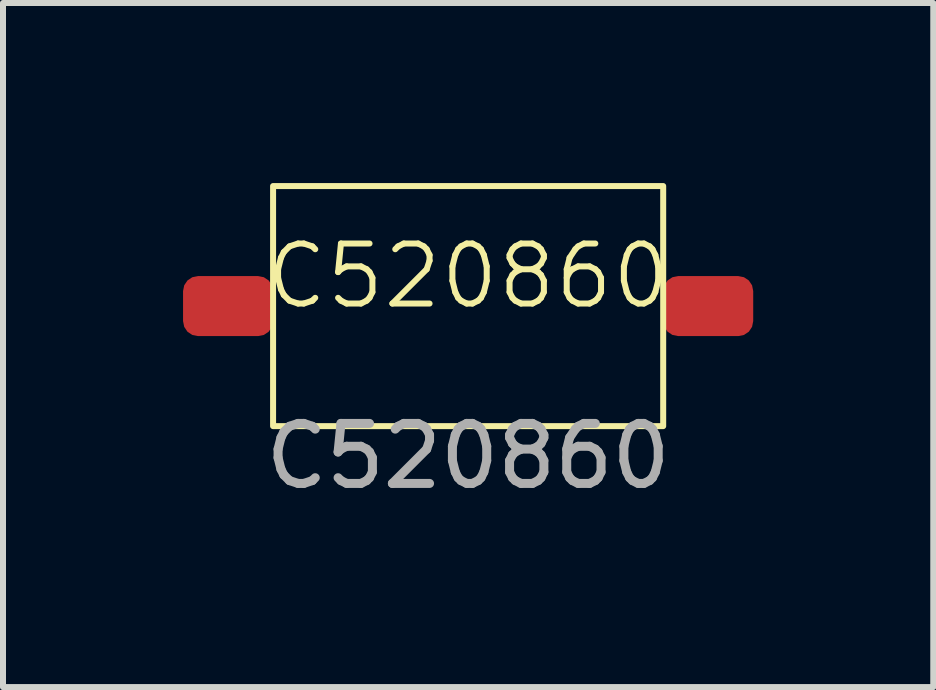
<source format=kicad_pcb>
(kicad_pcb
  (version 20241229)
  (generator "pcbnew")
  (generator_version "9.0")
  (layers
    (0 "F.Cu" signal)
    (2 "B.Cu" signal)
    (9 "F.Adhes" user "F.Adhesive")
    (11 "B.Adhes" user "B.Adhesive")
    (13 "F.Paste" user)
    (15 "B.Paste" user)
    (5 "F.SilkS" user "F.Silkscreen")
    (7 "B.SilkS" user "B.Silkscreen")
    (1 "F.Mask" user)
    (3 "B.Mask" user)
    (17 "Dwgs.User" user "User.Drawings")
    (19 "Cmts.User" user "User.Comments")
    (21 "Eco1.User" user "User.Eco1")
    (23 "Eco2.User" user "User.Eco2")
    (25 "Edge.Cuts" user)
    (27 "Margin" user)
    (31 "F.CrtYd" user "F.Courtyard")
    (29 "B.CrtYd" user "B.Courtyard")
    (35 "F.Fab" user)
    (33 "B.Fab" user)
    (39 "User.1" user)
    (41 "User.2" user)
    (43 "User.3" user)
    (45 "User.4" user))
  (footprint "C520860"
    (layer "F.Cu")
    (at 4.75 2.05)
    (property "Reference" "C520860" (at 0 -0.5 0) (unlocked yes) (layer "F.SilkS") (effects (font (size 1 1) (thickness 0.1))))
    (attr smd)
    (fp_rect (start -3.25 -2) (end 3.25 2) (stroke (width 0.1) (type default)) (fill no) (layer "F.SilkS"))
    (fp_text user "${REFERENCE}" (at 0 2.5 0) (unlocked yes) (layer "F.Fab") (effects (font (size 1 1) (thickness 0.15))))
    (pad "1" smd roundrect (at -4 0) (size 1.5 1) (layers "F.Cu" "F.Mask" "F.Paste") (roundrect_rratio 0.25))
    (pad "2" smd roundrect (at 4 0) (size 1.5 1) (layers "F.Cu" "F.Mask" "F.Paste") (roundrect_rratio 0.25)))
  (gr_rect
    (start -3 -3)
    (end 12.5 8.398)
    (stroke (width 0.1) (type default))
    (fill no)
    (layer "Edge.Cuts")))
</source>
